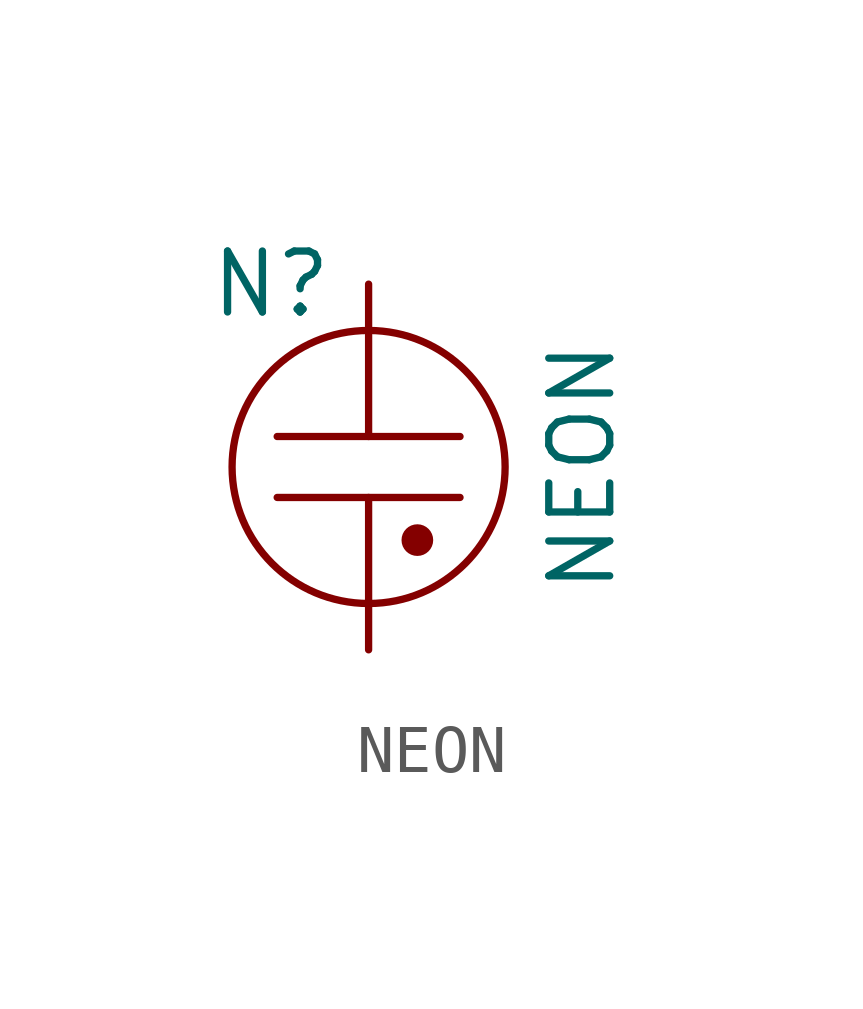
<source format=kicad_sym>
(kicad_symbol_lib
  (version 20231120)
  (generator "kicad_symbol_editor")
  (generator_version "8.0")
  (symbol "NEON"
    (pin_numbers hide)
    (pin_names
      (offset 0) hide)
    (property "Reference" "N"
      (at -2.032 3.81 0)
      (effects (font (size 1.27 1.27))))
    (property "Value" "NEON"
      (at 4.445 0 90)
      (effects (font (size 1.27 1.27))))
    (property "Footprint" ""
      (at 0 0 0)
      (effects (font (size 1.524 1.524))))
    (property "Datasheet" ""
      (at 0 0 0)
      (effects (font (size 1.524 1.524))))
    (symbol "NEON_0_1"
      (polyline (pts (xy -1.905 -0.635) (xy 1.905 -0.635)) (stroke (width 0) (type default)) (fill (type none)))
      (polyline (pts (xy 0 -0.635) (xy 0 -2.794)) (stroke (width 0) (type default)) (fill (type none)))
      (polyline (pts (xy 0 0.635) (xy 0 2.794)) (stroke (width 0) (type default)) (fill (type none)))
      (polyline (pts (xy 1.905 0.635) (xy -1.905 0.635)) (stroke (width 0) (type default)) (fill (type none)))
      (circle (center 0 0) (radius 2.845) (stroke (width 0) (type default)) (fill (type none)))
      (circle (center 1.016 -1.524) (radius 0.254) (stroke (width 0) (type default)) (fill (type outline))))
    (symbol "NEON_1_1"
      (pin input line (at 0 3.81 270) (length 0.889) (name "~" (effects (font (size 1.27 1.27)))) (number "1" (effects (font (size 1.27 1.27)))))
      (pin input line (at 0 -3.81 90) (length 0.889) (name "~" (effects (font (size 1.27 1.27)))) (number "2" (effects (font (size 1.27 1.27))))))))
</source>
